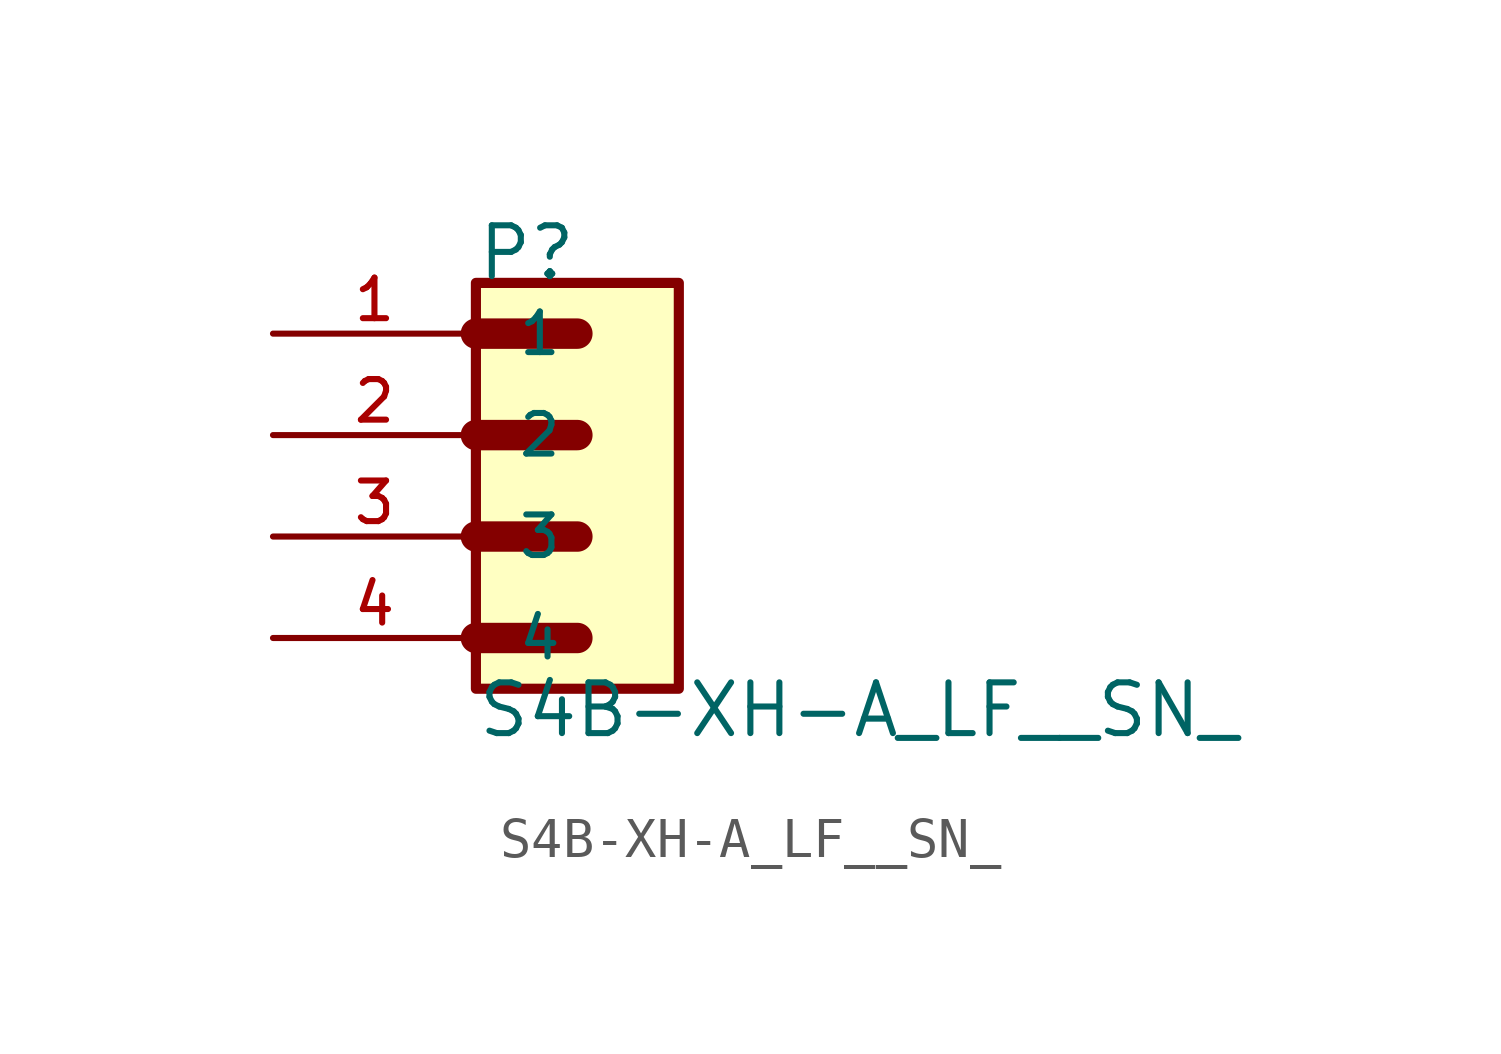
<source format=kicad_sym>
(kicad_symbol_lib
  (version 20211014)
  (generator kicad_symbol_editor)
  (symbol "S4B-XH-A_LF__SN_"
    (pin_names
      (offset 1.016))
    (property "Reference" "P"
      (at -2.544 5.088 0)
      (effects (font (size 1.27 1.27)) (justify bottom left)))
    (property "Value" "S4B-XH-A_LF__SN_"
      (at -2.542 -6.354 0)
      (effects (font (size 1.27 1.27)) (justify bottom left)))
    (symbol "S4B-XH-A_LF__SN__0_0"
      (polyline (pts (xy -2.54 3.81) (xy 0.0 3.81)) (stroke (width 0.762)))
      (polyline (pts (xy -2.54 1.27) (xy 0.0 1.27)) (stroke (width 0.762)))
      (polyline (pts (xy -2.54 -1.27) (xy 0.0 -1.27)) (stroke (width 0.762)))
      (polyline (pts (xy -2.54 -3.81) (xy 0.0 -3.81)) (stroke (width 0.762)))
      (rectangle (start -2.54 -5.08) (end 2.54 5.08) (stroke (width 0.254)) (fill (type background)))
      (pin passive line (at -7.62 3.81 0) (length 5.08) (name "1" (effects (font (size 1.016 1.016)))) (number "1" (effects (font (size 1.016 1.016)))))
      (pin passive line (at -7.62 1.27 0) (length 5.08) (name "2" (effects (font (size 1.016 1.016)))) (number "2" (effects (font (size 1.016 1.016)))))
      (pin passive line (at -7.62 -1.27 0) (length 5.08) (name "3" (effects (font (size 1.016 1.016)))) (number "3" (effects (font (size 1.016 1.016)))))
      (pin passive line (at -7.62 -3.81 0) (length 5.08) (name "4" (effects (font (size 1.016 1.016)))) (number "4" (effects (font (size 1.016 1.016))))))))
</source>
